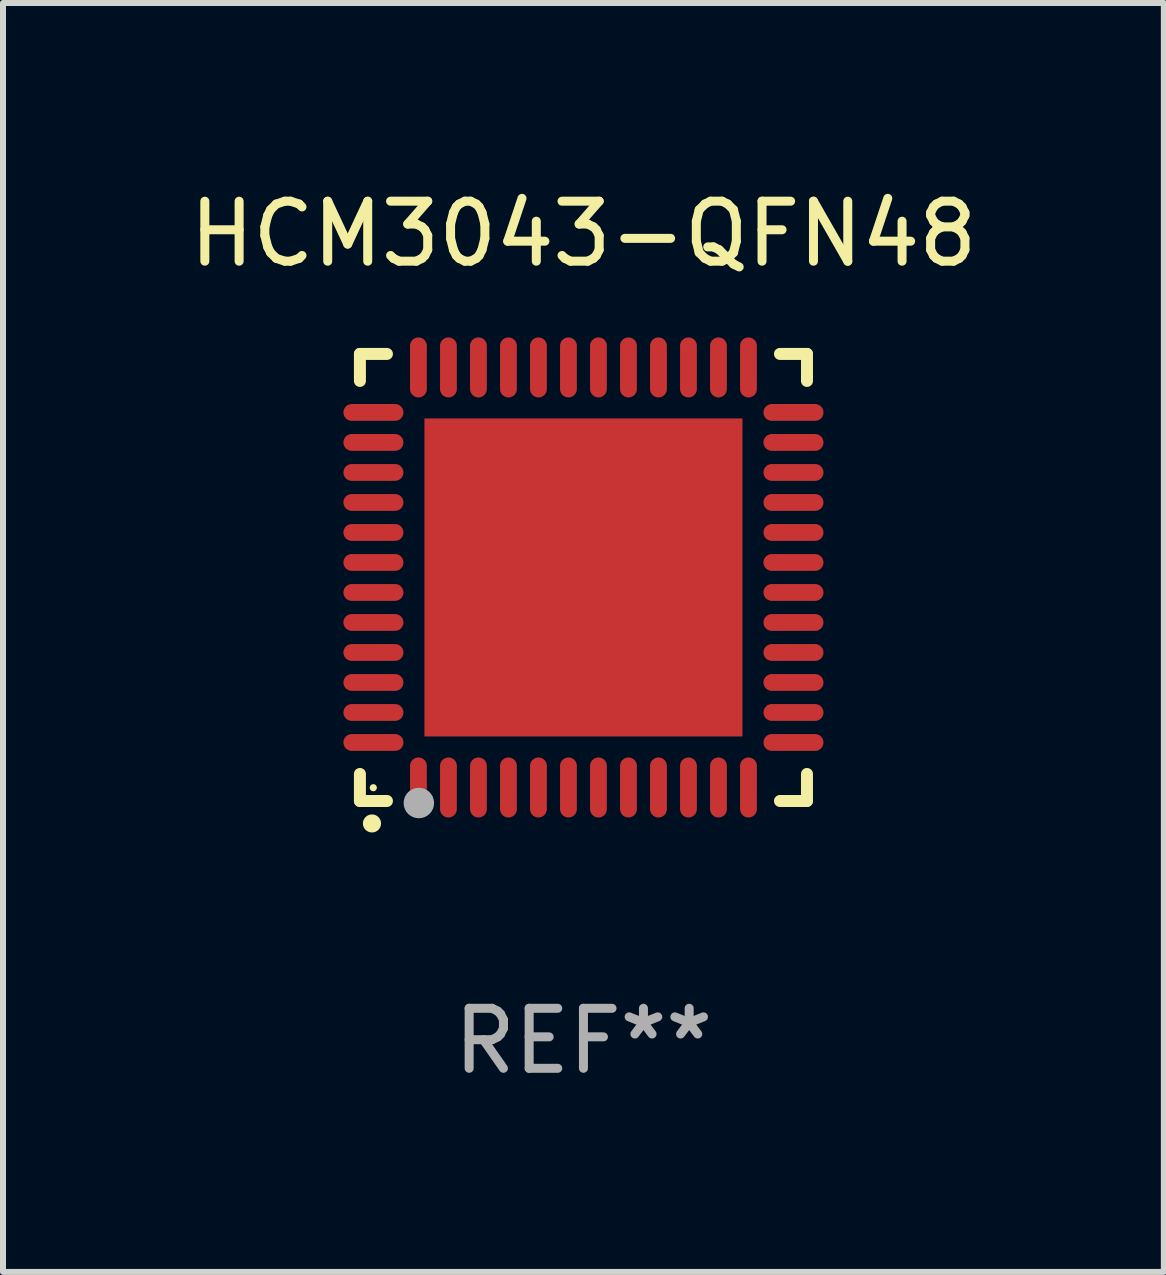
<source format=kicad_pcb>
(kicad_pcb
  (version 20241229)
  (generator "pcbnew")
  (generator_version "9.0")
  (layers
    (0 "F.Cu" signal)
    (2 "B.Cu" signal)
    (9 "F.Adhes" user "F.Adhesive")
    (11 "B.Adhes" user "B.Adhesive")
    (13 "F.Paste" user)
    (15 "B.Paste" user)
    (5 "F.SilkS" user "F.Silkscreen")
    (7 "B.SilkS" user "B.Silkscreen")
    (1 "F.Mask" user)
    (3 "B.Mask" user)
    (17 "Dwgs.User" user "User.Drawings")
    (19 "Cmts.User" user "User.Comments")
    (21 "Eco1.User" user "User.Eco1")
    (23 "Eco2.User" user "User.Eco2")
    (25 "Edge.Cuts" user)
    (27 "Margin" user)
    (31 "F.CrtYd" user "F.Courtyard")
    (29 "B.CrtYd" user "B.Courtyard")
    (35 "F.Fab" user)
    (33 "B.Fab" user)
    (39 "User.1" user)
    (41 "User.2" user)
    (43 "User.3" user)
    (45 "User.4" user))
  (footprint "HCM3043-QFN48"
    (layer "F.Cu")
    (at 6.673 6.573)
    (property "Reference" "HCM3043-QFN48" (at 0 -5.725 0) (layer "F.SilkS") (effects (font (size 1 1) (thickness 0.15))))
    (attr through_hole)
    (fp_line (start -3.725 -3.725) (end -3.275 -3.725) (stroke (width 0.2) (type solid)) (layer "F.SilkS"))
    (fp_line (start -3.725 -3.275) (end -3.725 -3.725) (stroke (width 0.2) (type solid)) (layer "F.SilkS"))
    (fp_line (start -3.725 3.725) (end -3.725 3.275) (stroke (width 0.2) (type solid)) (layer "F.SilkS"))
    (fp_line (start -3.275 3.725) (end -3.725 3.725) (stroke (width 0.2) (type solid)) (layer "F.SilkS"))
    (fp_line (start 3.275 3.725) (end 3.725 3.725) (stroke (width 0.2) (type solid)) (layer "F.SilkS"))
    (fp_line (start 3.725 -3.725) (end 3.275 -3.725) (stroke (width 0.2) (type solid)) (layer "F.SilkS"))
    (fp_line (start 3.725 -3.275) (end 3.725 -3.725) (stroke (width 0.2) (type solid)) (layer "F.SilkS"))
    (fp_line (start 3.725 3.725) (end 3.725 3.275) (stroke (width 0.2) (type solid)) (layer "F.SilkS"))
    (fp_arc (start -3.525527 4.099568) (mid -3.524257 4.099563) (end -3.522987 4.099568) (stroke (width 0.3) (type solid)) (layer "F.SilkS"))
    (fp_circle (center -3.502 3.504) (end -3.472 3.504) (stroke (width 0.06) (type solid)) (fill no) (layer "F.SilkS"))
    (fp_circle (center -2.743 3.759) (end -2.616 3.759) (stroke (width 0.254) (type solid)) (fill no) (layer "F.Fab"))
    (fp_text user "REF**" (at 0 7.725 0) (layer "F.Fab") (effects (font (size 1 1) (thickness 0.15))))
    (pad "1" smd oval (at -2.75 3.5) (size 0.28 1) (layers "F.Cu" "F.Mask" "F.Paste"))
    (pad "2" smd oval (at -2.25 3.5) (size 0.28 1) (layers "F.Cu" "F.Mask" "F.Paste"))
    (pad "3" smd oval (at -1.75 3.5) (size 0.28 1) (layers "F.Cu" "F.Mask" "F.Paste"))
    (pad "4" smd oval (at -1.25 3.5) (size 0.28 1) (layers "F.Cu" "F.Mask" "F.Paste"))
    (pad "5" smd oval (at -0.75 3.5) (size 0.28 1) (layers "F.Cu" "F.Mask" "F.Paste"))
    (pad "6" smd oval (at -0.25 3.5) (size 0.28 1) (layers "F.Cu" "F.Mask" "F.Paste"))
    (pad "7" smd oval (at 0.25 3.5) (size 0.28 1) (layers "F.Cu" "F.Mask" "F.Paste"))
    (pad "8" smd oval (at 0.75 3.5) (size 0.28 1) (layers "F.Cu" "F.Mask" "F.Paste"))
    (pad "9" smd oval (at 1.25 3.5) (size 0.28 1) (layers "F.Cu" "F.Mask" "F.Paste"))
    (pad "10" smd oval (at 1.75 3.5) (size 0.28 1) (layers "F.Cu" "F.Mask" "F.Paste"))
    (pad "11" smd oval (at 2.25 3.5) (size 0.28 1) (layers "F.Cu" "F.Mask" "F.Paste"))
    (pad "12" smd oval (at 2.75 3.5) (size 0.28 1) (layers "F.Cu" "F.Mask" "F.Paste"))
    (pad "13" smd oval (at 3.5 2.75) (size 1 0.28) (layers "F.Cu" "F.Mask" "F.Paste"))
    (pad "14" smd oval (at 3.5 2.25) (size 1 0.28) (layers "F.Cu" "F.Mask" "F.Paste"))
    (pad "15" smd oval (at 3.5 1.75) (size 1 0.28) (layers "F.Cu" "F.Mask" "F.Paste"))
    (pad "16" smd oval (at 3.5 1.25) (size 1 0.28) (layers "F.Cu" "F.Mask" "F.Paste"))
    (pad "17" smd oval (at 3.5 0.75) (size 1 0.28) (layers "F.Cu" "F.Mask" "F.Paste"))
    (pad "18" smd oval (at 3.5 0.25) (size 1 0.28) (layers "F.Cu" "F.Mask" "F.Paste"))
    (pad "19" smd oval (at 3.5 -0.25) (size 1 0.28) (layers "F.Cu" "F.Mask" "F.Paste"))
    (pad "20" smd oval (at 3.5 -0.75) (size 1 0.28) (layers "F.Cu" "F.Mask" "F.Paste"))
    (pad "21" smd oval (at 3.5 -1.25) (size 1 0.28) (layers "F.Cu" "F.Mask" "F.Paste"))
    (pad "22" smd oval (at 3.5 -1.75) (size 1 0.28) (layers "F.Cu" "F.Mask" "F.Paste"))
    (pad "23" smd oval (at 3.5 -2.25) (size 1 0.28) (layers "F.Cu" "F.Mask" "F.Paste"))
    (pad "24" smd oval (at 3.5 -2.75) (size 1 0.28) (layers "F.Cu" "F.Mask" "F.Paste"))
    (pad "25" smd oval (at 2.75 -3.5) (size 0.28 1) (layers "F.Cu" "F.Mask" "F.Paste"))
    (pad "26" smd oval (at 2.25 -3.5) (size 0.28 1) (layers "F.Cu" "F.Mask" "F.Paste"))
    (pad "27" smd oval (at 1.75 -3.5) (size 0.28 1) (layers "F.Cu" "F.Mask" "F.Paste"))
    (pad "28" smd oval (at 1.25 -3.5) (size 0.28 1) (layers "F.Cu" "F.Mask" "F.Paste"))
    (pad "29" smd oval (at 0.75 -3.5) (size 0.28 1) (layers "F.Cu" "F.Mask" "F.Paste"))
    (pad "30" smd oval (at 0.25 -3.5) (size 0.28 1) (layers "F.Cu" "F.Mask" "F.Paste"))
    (pad "31" smd oval (at -0.25 -3.5) (size 0.28 1) (layers "F.Cu" "F.Mask" "F.Paste"))
    (pad "32" smd oval (at -0.75 -3.5) (size 0.28 1) (layers "F.Cu" "F.Mask" "F.Paste"))
    (pad "33" smd oval (at -1.25 -3.5) (size 0.28 1) (layers "F.Cu" "F.Mask" "F.Paste"))
    (pad "34" smd oval (at -1.75 -3.5) (size 0.28 1) (layers "F.Cu" "F.Mask" "F.Paste"))
    (pad "35" smd oval (at -2.25 -3.5) (size 0.28 1) (layers "F.Cu" "F.Mask" "F.Paste"))
    (pad "36" smd oval (at -2.75 -3.5) (size 0.28 1) (layers "F.Cu" "F.Mask" "F.Paste"))
    (pad "37" smd oval (at -3.5 -2.75) (size 1 0.28) (layers "F.Cu" "F.Mask" "F.Paste"))
    (pad "38" smd oval (at -3.5 -2.25) (size 1 0.28) (layers "F.Cu" "F.Mask" "F.Paste"))
    (pad "39" smd oval (at -3.5 -1.75) (size 1 0.28) (layers "F.Cu" "F.Mask" "F.Paste"))
    (pad "40" smd oval (at -3.5 -1.25) (size 1 0.28) (layers "F.Cu" "F.Mask" "F.Paste"))
    (pad "41" smd oval (at -3.5 -0.75) (size 1 0.28) (layers "F.Cu" "F.Mask" "F.Paste"))
    (pad "42" smd oval (at -3.5 -0.25) (size 1 0.28) (layers "F.Cu" "F.Mask" "F.Paste"))
    (pad "43" smd oval (at -3.5 0.25) (size 1 0.28) (layers "F.Cu" "F.Mask" "F.Paste"))
    (pad "44" smd oval (at -3.5 0.75) (size 1 0.28) (layers "F.Cu" "F.Mask" "F.Paste"))
    (pad "45" smd oval (at -3.5 1.25) (size 1 0.28) (layers "F.Cu" "F.Mask" "F.Paste"))
    (pad "46" smd oval (at -3.5 1.75) (size 1 0.28) (layers "F.Cu" "F.Mask" "F.Paste"))
    (pad "47" smd oval (at -3.5 2.25) (size 1 0.28) (layers "F.Cu" "F.Mask" "F.Paste"))
    (pad "48" smd oval (at -3.5 2.75) (size 1 0.28) (layers "F.Cu" "F.Mask" "F.Paste"))
    (pad "49" smd rect (at 0 0) (size 5.3 5.3) (layers "F.Cu" "F.Mask" "F.Paste")))
  (gr_rect
    (start -3 -3)
    (end 16.345 18.146)
    (stroke (width 0.1) (type default))
    (fill no)
    (layer "Edge.Cuts")))
</source>
